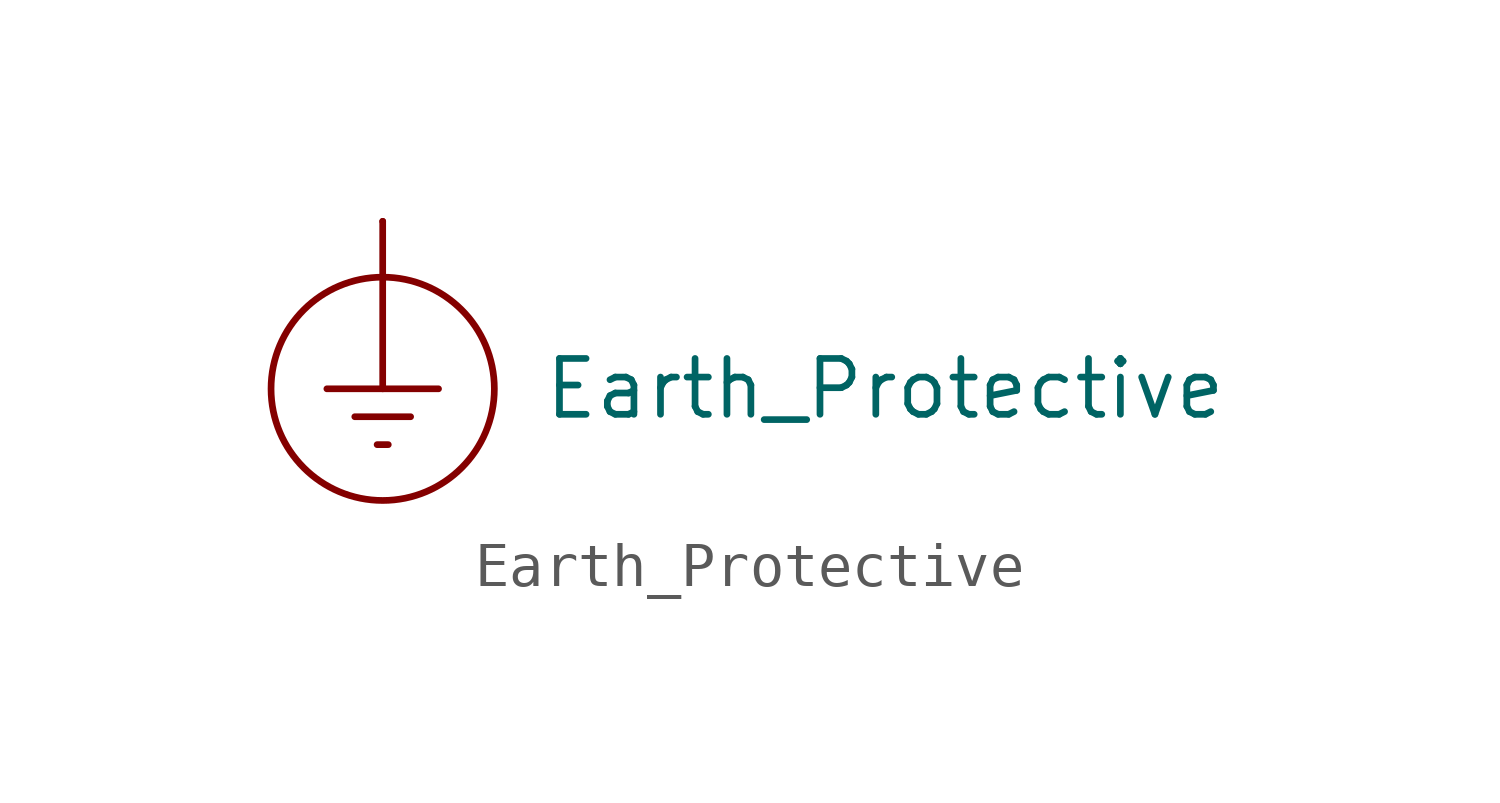
<source format=kicad_sym>
(kicad_symbol_lib
  (version 20231120)
  (generator "kicad_symbol_editor")
  (generator_version "8.0")
  (symbol "Earth_Protective"
    (power)
    (pin_numbers hide)
    (pin_names
      (offset 0) hide)
    (property "Reference" "#PWR"
      (at 6.35 -6.35 0)
      (effects (font (size 1.27 1.27)) (hide yes)))
    (property "Value" "Earth_Protective"
      (at 11.43 -3.81 0)
      (effects (font (size 1.27 1.27))))
    (symbol "Earth_Protective_0_1"
      (circle (center 0 -3.81) (radius 2.54) (stroke (width 0) (type default)) (fill (type none)))
      (polyline (pts (xy -0.635 -4.445) (xy 0.635 -4.445)) (stroke (width 0) (type default)) (fill (type none)))
      (polyline (pts (xy -0.127 -5.08) (xy 0.127 -5.08)) (stroke (width 0) (type default)) (fill (type none)))
      (polyline (pts (xy 0 -3.81) (xy 0 0)) (stroke (width 0) (type default)) (fill (type none)))
      (polyline (pts (xy 1.27 -3.81) (xy -1.27 -3.81)) (stroke (width 0) (type default)) (fill (type none))))
    (symbol "Earth_Protective_1_1"
      (pin power_in line (at 0 0 270) (length 0) (name "~" (effects (font (size 1.27 1.27)))) (number "1" (effects (font (size 1.27 1.27))))))))
</source>
